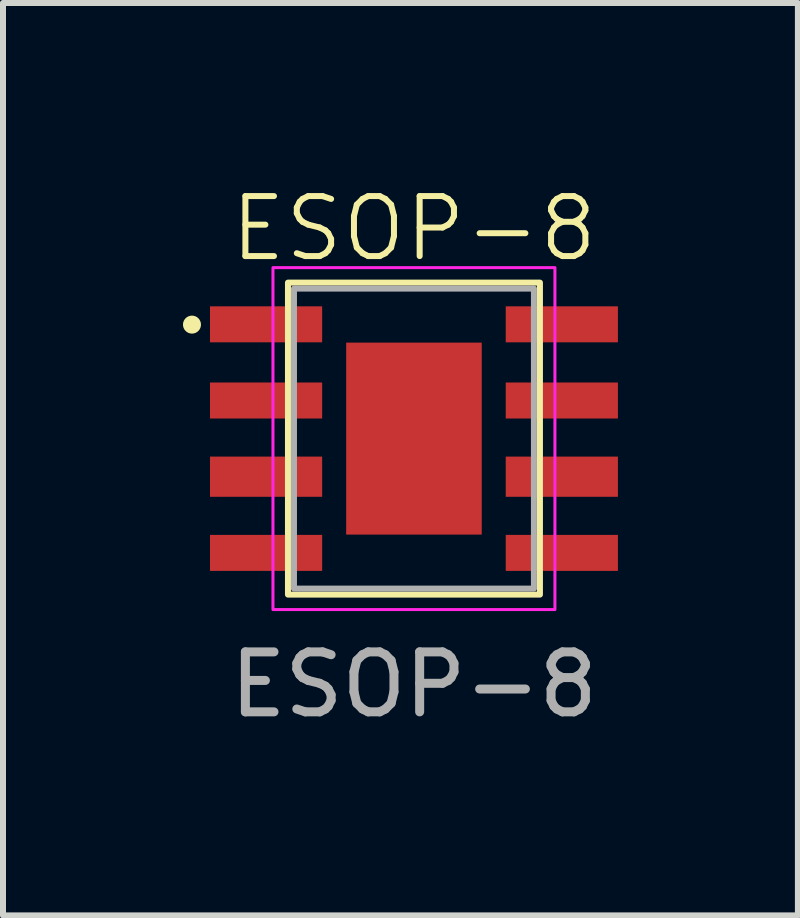
<source format=kicad_pcb>
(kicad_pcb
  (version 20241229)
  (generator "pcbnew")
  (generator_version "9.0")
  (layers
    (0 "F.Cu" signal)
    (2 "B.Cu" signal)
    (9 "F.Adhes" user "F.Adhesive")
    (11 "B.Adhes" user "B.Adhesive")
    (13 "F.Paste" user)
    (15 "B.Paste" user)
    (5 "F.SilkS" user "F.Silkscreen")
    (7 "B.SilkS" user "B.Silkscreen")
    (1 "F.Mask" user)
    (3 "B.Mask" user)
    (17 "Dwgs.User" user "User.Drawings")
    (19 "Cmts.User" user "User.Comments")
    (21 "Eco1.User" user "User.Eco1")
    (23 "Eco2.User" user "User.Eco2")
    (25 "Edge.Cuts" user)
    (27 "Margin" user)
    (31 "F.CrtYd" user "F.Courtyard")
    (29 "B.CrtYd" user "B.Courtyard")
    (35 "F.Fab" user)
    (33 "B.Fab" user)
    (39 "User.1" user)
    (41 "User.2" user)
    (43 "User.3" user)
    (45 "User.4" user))
  (footprint "ESOP-8"
    (layer "F.Cu")
    (at 3.85 4.261)
    (property "Reference" "ESOP-8" (at 0 -3.5 0) (unlocked yes) (layer "F.SilkS") (effects (font (size 1 1) (thickness 0.1))))
    (attr smd)
    (fp_rect (start -2.1 -2.6) (end 2.1 2.6) (stroke (width 0.1) (type solid)) (fill no) (layer "F.SilkS"))
    (fp_circle (center -3.7 -1.9) (end -3.8 -1.9) (stroke (width 0.1) (type solid)) (fill yes) (layer "F.SilkS"))
    (fp_rect (start -2.35 -2.85) (end 2.35 2.85) (stroke (width 0.05) (type solid)) (fill no) (layer "F.CrtYd"))
    (fp_rect (start -2 -2.5) (end 2 2.5) (stroke (width 0.1) (type solid)) (fill no) (layer "F.Fab"))
    (fp_text user "${REFERENCE}" (at 0 4.1 0) (unlocked yes) (layer "F.Fab") (effects (font (size 1 1) (thickness 0.15))))
    (pad "1" smd rect (at -2.465 -1.905) (size 1.87 0.6) (layers "F.Cu" "F.Mask" "F.Paste"))
    (pad "2" smd rect (at -2.465 -0.635) (size 1.87 0.6) (layers "F.Cu" "F.Mask" "F.Paste"))
    (pad "3" smd rect (at -2.465 0.635) (size 1.87 0.67) (layers "F.Cu" "F.Mask" "F.Paste"))
    (pad "4" smd rect (at -2.465 1.905) (size 1.87 0.6) (layers "F.Cu" "F.Mask" "F.Paste"))
    (pad "5" smd rect (at 2.465 1.905) (size 1.87 0.6) (layers "F.Cu" "F.Mask" "F.Paste"))
    (pad "6" smd rect (at 2.465 0.635) (size 1.87 0.67) (layers "F.Cu" "F.Mask" "F.Paste"))
    (pad "7" smd rect (at 2.465 -0.635) (size 1.87 0.6) (layers "F.Cu" "F.Mask" "F.Paste"))
    (pad "8" smd rect (at 2.465 -1.905) (size 1.87 0.6) (layers "F.Cu" "F.Mask" "F.Paste"))
    (pad "9" smd rect (at 0 0) (size 2.26 3.2) (layers "F.Cu" "F.Mask" "F.Paste")))
  (gr_rect
    (start -3 -3)
    (end 10.25 12.209)
    (stroke (width 0.1) (type default))
    (fill no)
    (layer "Edge.Cuts")))
</source>
